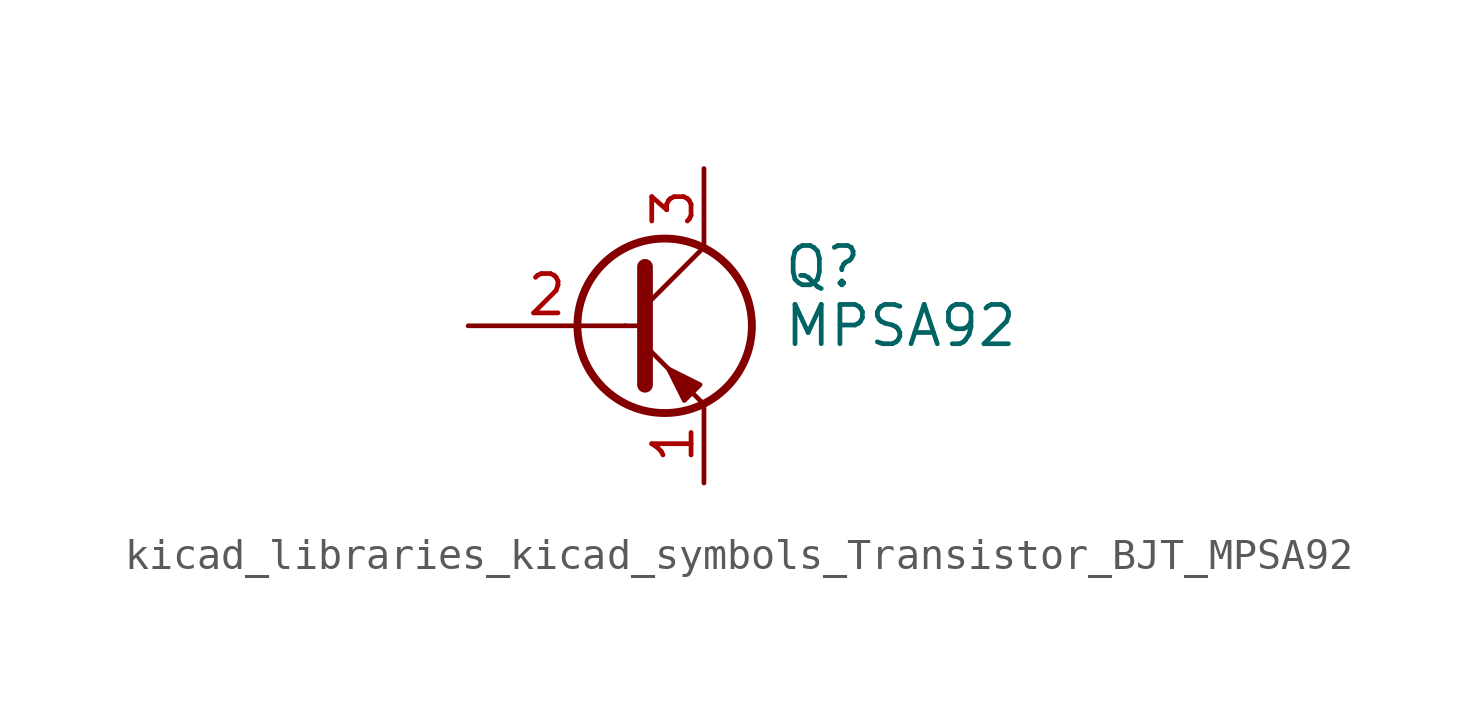
<source format=kicad_sym>
(kicad_symbol_lib
  (version 20220914)
  (generator kicad_symbol_editor)
  (symbol "kicad_libraries_kicad_symbols_Transistor_BJT_MPSA92"
    (pin_names
      (offset 1.016) hide)
    (property "Reference" "Q"
      (at 5.08 1.905 0)
      (effects (font (size 1.27 1.27)) (justify left)))
    (property "Value" "MPSA92"
      (at 5.08 0 0)
      (effects (font (size 1.27 1.27)) (justify left)))
    (symbol "kicad_libraries_kicad_symbols_Transistor_BJT_MPSA92_0_1"
      (polyline (pts (xy 0 0) (xy 0.635 0)) (stroke (width 0) (type default)) (fill (type none)))
      (polyline (pts (xy 2.54 -2.54) (xy 0.635 -0.635)) (stroke (width 0) (type default)) (fill (type none)))
      (polyline (pts (xy 2.54 2.54) (xy 0.635 0.635)) (stroke (width 0) (type default)) (fill (type none)))
      (polyline (pts (xy 0.635 1.905) (xy 0.635 -1.905) (xy 0.635 -1.905)) (stroke (width 0.508) (type default)) (fill (type outline)))
      (polyline (pts (xy 1.905 -2.413) (xy 2.413 -1.905) (xy 1.397 -1.397) (xy 1.905 -2.413) (xy 1.905 -2.413)) (stroke (width 0) (type default)) (fill (type outline)))
      (circle (center 1.27 0) (radius 2.819) (stroke (width 0.254) (type default)) (fill (type none))))
    (symbol "kicad_libraries_kicad_symbols_Transistor_BJT_MPSA92_1_1"
      (pin passive line (at 2.54 -5.08 90) (length 2.54) (name "E" (effects (font (size 1.27 1.27)))) (number "1" (effects (font (size 1.27 1.27)))))
      (pin input line (at -5.08 0 0) (length 5.08) (name "B" (effects (font (size 1.27 1.27)))) (number "2" (effects (font (size 1.27 1.27)))))
      (pin passive line (at 2.54 5.08 270) (length 2.54) (name "C" (effects (font (size 1.27 1.27)))) (number "3" (effects (font (size 1.27 1.27))))))))
</source>
